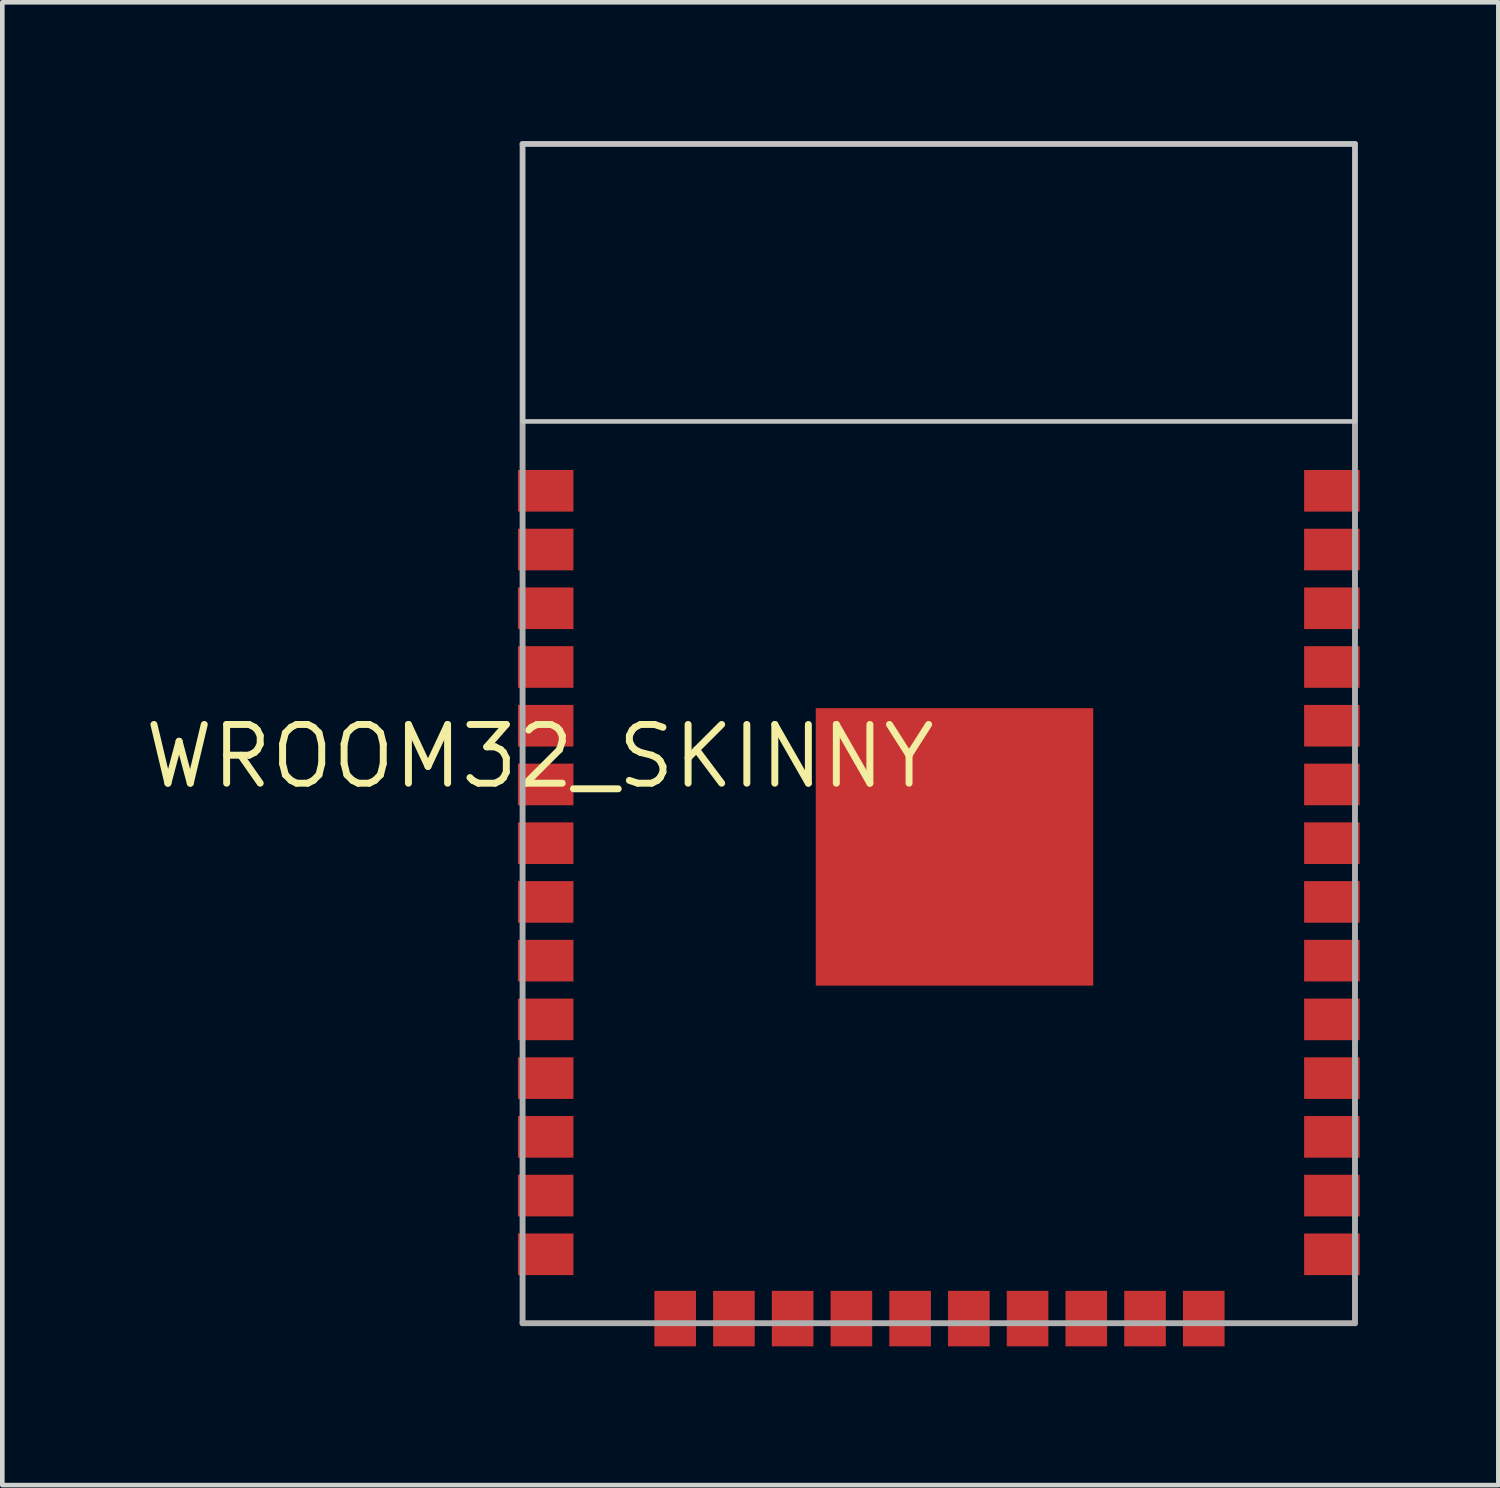
<source format=kicad_pcb>
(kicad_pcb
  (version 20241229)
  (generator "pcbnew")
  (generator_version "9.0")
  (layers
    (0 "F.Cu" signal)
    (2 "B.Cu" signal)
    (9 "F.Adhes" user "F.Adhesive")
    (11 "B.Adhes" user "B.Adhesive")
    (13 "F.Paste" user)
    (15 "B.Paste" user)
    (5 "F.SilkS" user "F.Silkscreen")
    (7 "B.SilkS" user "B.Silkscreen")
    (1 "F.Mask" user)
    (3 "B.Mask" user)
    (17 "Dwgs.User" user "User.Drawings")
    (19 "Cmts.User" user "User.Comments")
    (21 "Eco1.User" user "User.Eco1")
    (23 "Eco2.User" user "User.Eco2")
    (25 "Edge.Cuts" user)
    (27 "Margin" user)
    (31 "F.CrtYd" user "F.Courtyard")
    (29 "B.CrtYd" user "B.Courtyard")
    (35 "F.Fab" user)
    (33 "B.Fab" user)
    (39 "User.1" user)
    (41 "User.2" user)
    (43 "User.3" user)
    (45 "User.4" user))
  (footprint "WROOM32_SKINNY"
    (layer "F.Cu")
    (at 17.25 12.563)
    (property "Reference" "WROOM32_SKINNY" (at 0 0 0) (layer "F.SilkS") (effects (font (size 1.27 1.27) (thickness 0.15)) (justify right top)))
    (attr through_hole)
    (fp_poly (pts (xy -2.032 2.032) (xy -0.254 2.032) (xy -0.254 0.254) (xy -2.032 0.254)) (stroke (width 0) (type solid)) (fill yes) (layer "F.Paste"))
    (fp_poly (pts (xy -2.032 5.08) (xy -0.254 5.08) (xy -0.254 3.302) (xy -2.032 3.302)) (stroke (width 0) (type solid)) (fill yes) (layer "F.Paste"))
    (fp_poly (pts (xy 1.016 2.032) (xy 2.794 2.032) (xy 2.794 0.254) (xy 1.016 0.254)) (stroke (width 0) (type solid)) (fill yes) (layer "F.Paste"))
    (fp_poly (pts (xy 1.016 5.08) (xy 2.794 5.08) (xy 2.794 3.302) (xy 1.016 3.302)) (stroke (width 0) (type solid)) (fill yes) (layer "F.Paste"))
    (fp_poly (pts (xy -9 -6.5) (xy 9 -6.5) (xy 9 -12.5) (xy -9 -12.5)) (stroke (width 0.1) (type solid)) (fill no) (layer "Dwgs.User"))
    (fp_line (start -9 -12.5) (end -9 13) (stroke (width 0.127) (type solid)) (layer "F.Fab"))
    (fp_line (start -9 13) (end 9 13) (stroke (width 0.127) (type solid)) (layer "F.Fab"))
    (fp_line (start 9 -12.5) (end -9 -12.5) (stroke (width 0.127) (type solid)) (layer "F.Fab"))
    (fp_line (start 9 13) (end 9 -12.5) (stroke (width 0.127) (type solid)) (layer "F.Fab"))
    (pad "1" smd rect (at -8.5 -5 180) (size 1.2 0.9) (layers "F.Cu" "F.Mask" "F.Paste"))
    (pad "2" smd rect (at -8.5 -3.73 180) (size 1.2 0.9) (layers "F.Cu" "F.Mask" "F.Paste"))
    (pad "3" smd rect (at -8.5 -2.46 180) (size 1.2 0.9) (layers "F.Cu" "F.Mask" "F.Paste"))
    (pad "4" smd rect (at -8.5 -1.19 180) (size 1.2 0.9) (layers "F.Cu" "F.Mask" "F.Paste"))
    (pad "5" smd rect (at -8.5 0.08 180) (size 1.2 0.9) (layers "F.Cu" "F.Mask" "F.Paste"))
    (pad "6" smd rect (at -8.5 1.35 180) (size 1.2 0.9) (layers "F.Cu" "F.Mask" "F.Paste"))
    (pad "7" smd rect (at -8.5 2.62 180) (size 1.2 0.9) (layers "F.Cu" "F.Mask" "F.Paste"))
    (pad "8" smd rect (at -8.5 3.89 180) (size 1.2 0.9) (layers "F.Cu" "F.Mask" "F.Paste"))
    (pad "9" smd rect (at -8.5 5.16 180) (size 1.2 0.9) (layers "F.Cu" "F.Mask" "F.Paste"))
    (pad "10" smd rect (at -8.5 6.43 180) (size 1.2 0.9) (layers "F.Cu" "F.Mask" "F.Paste"))
    (pad "11" smd rect (at -8.5 7.7 180) (size 1.2 0.9) (layers "F.Cu" "F.Mask" "F.Paste"))
    (pad "12" smd rect (at -8.5 8.97 180) (size 1.2 0.9) (layers "F.Cu" "F.Mask" "F.Paste"))
    (pad "13" smd rect (at -8.5 10.24 180) (size 1.2 0.9) (layers "F.Cu" "F.Mask" "F.Paste"))
    (pad "14" smd rect (at -8.5 11.51 180) (size 1.2 0.9) (layers "F.Cu" "F.Mask" "F.Paste"))
    (pad "15" smd rect (at -5.7 12.9 270) (size 1.2 0.9) (layers "F.Cu" "F.Mask" "F.Paste"))
    (pad "16" smd rect (at -4.43 12.9 270) (size 1.2 0.9) (layers "F.Cu" "F.Mask" "F.Paste"))
    (pad "17" smd rect (at -3.16 12.9 270) (size 1.2 0.9) (layers "F.Cu" "F.Mask" "F.Paste"))
    (pad "18" smd rect (at -1.89 12.9 270) (size 1.2 0.9) (layers "F.Cu" "F.Mask" "F.Paste"))
    (pad "19" smd rect (at -0.62 12.9 270) (size 1.2 0.9) (layers "F.Cu" "F.Mask" "F.Paste"))
    (pad "20" smd rect (at 0.65 12.9 270) (size 1.2 0.9) (layers "F.Cu" "F.Mask" "F.Paste"))
    (pad "21" smd rect (at 1.92 12.9 270) (size 1.2 0.9) (layers "F.Cu" "F.Mask" "F.Paste"))
    (pad "22" smd rect (at 3.19 12.9 270) (size 1.2 0.9) (layers "F.Cu" "F.Mask" "F.Paste"))
    (pad "23" smd rect (at 4.46 12.9 270) (size 1.2 0.9) (layers "F.Cu" "F.Mask" "F.Paste"))
    (pad "24" smd rect (at 5.73 12.9 270) (size 1.2 0.9) (layers "F.Cu" "F.Mask" "F.Paste"))
    (pad "25" smd rect (at 8.5 11.51) (size 1.2 0.9) (layers "F.Cu" "F.Mask" "F.Paste"))
    (pad "26" smd rect (at 8.5 10.24) (size 1.2 0.9) (layers "F.Cu" "F.Mask" "F.Paste"))
    (pad "27" smd rect (at 8.5 8.97) (size 1.2 0.9) (layers "F.Cu" "F.Mask" "F.Paste"))
    (pad "28" smd rect (at 8.5 7.7) (size 1.2 0.9) (layers "F.Cu" "F.Mask" "F.Paste"))
    (pad "29" smd rect (at 8.5 6.43) (size 1.2 0.9) (layers "F.Cu" "F.Mask" "F.Paste"))
    (pad "30" smd rect (at 8.5 5.16) (size 1.2 0.9) (layers "F.Cu" "F.Mask" "F.Paste"))
    (pad "31" smd rect (at 8.5 3.89) (size 1.2 0.9) (layers "F.Cu" "F.Mask" "F.Paste"))
    (pad "32" smd rect (at 8.5 2.62) (size 1.2 0.9) (layers "F.Cu" "F.Mask" "F.Paste"))
    (pad "33" smd rect (at 8.5 1.35) (size 1.2 0.9) (layers "F.Cu" "F.Mask" "F.Paste"))
    (pad "34" smd rect (at 8.5 0.08) (size 1.2 0.9) (layers "F.Cu" "F.Mask" "F.Paste"))
    (pad "35" smd rect (at 8.5 -1.19) (size 1.2 0.9) (layers "F.Cu" "F.Mask" "F.Paste"))
    (pad "36" smd rect (at 8.5 -2.46) (size 1.2 0.9) (layers "F.Cu" "F.Mask" "F.Paste"))
    (pad "37" smd rect (at 8.5 -3.73) (size 1.2 0.9) (layers "F.Cu" "F.Mask" "F.Paste"))
    (pad "38" smd rect (at 8.5 -5) (size 1.2 0.9) (layers "F.Cu" "F.Mask" "F.Paste"))
    (pad "P$1" smd rect (at 0.34 2.7) (size 6 6) (layers "F.Cu" "F.Mask")))
  (gr_rect
    (start -3 -3)
    (end 29.35 29.064)
    (stroke (width 0.1) (type default))
    (fill no)
    (layer "Edge.Cuts")))
</source>
